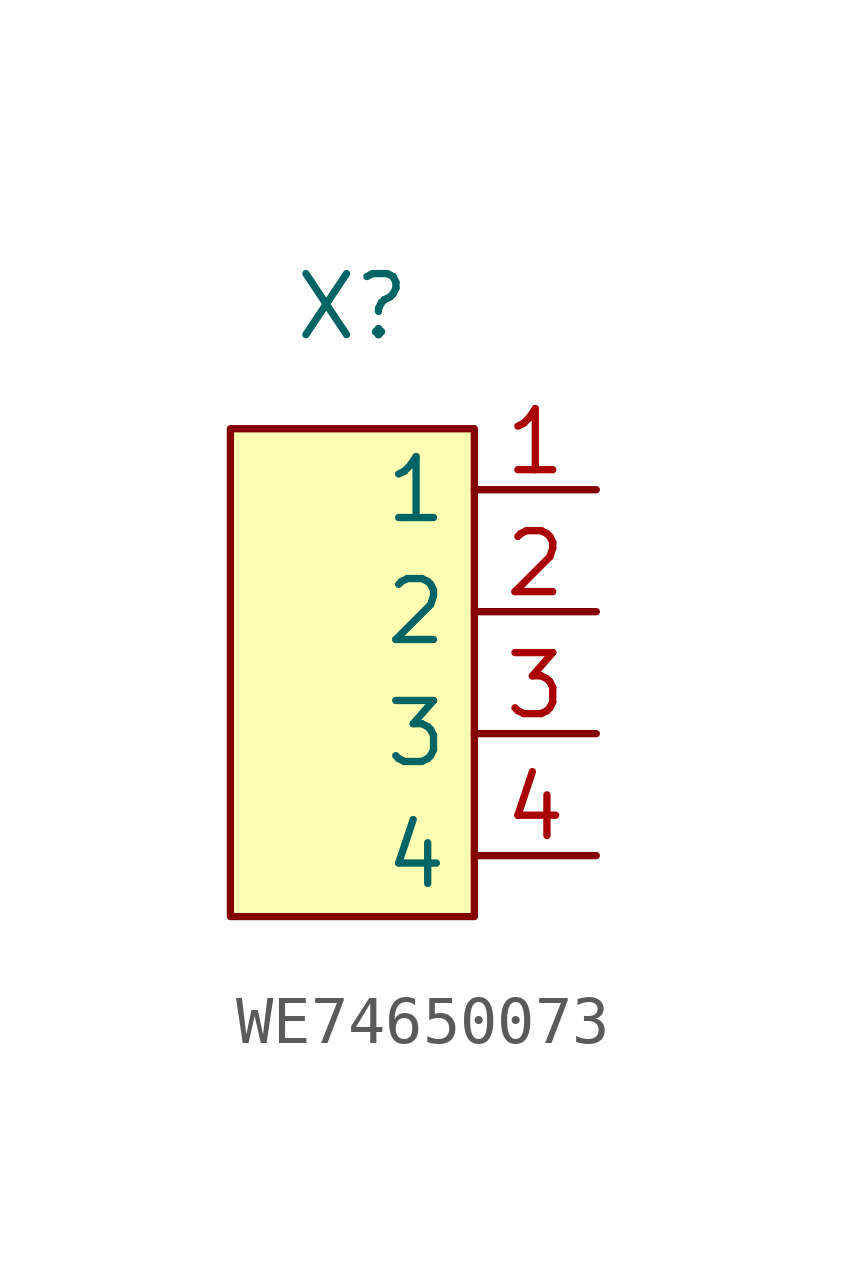
<source format=kicad_sym>
(kicad_symbol_lib
  (version 20241209)
  (generator "kicad_symbol_editor")
  (generator_version "9.0")
  (symbol "WE74650073"
    (property "Reference" "X"
      (at 0 0 0)
      (effects (font (size 1.27 1.27))))
    (property "Value" ""
      (at 0 0 0)
      (effects (font (size 1.27 1.27))))
    (symbol "WE74650073_1_1"
      (text_box "" (at -2.54 -2.54 0) (size 5.08 -10.16) (margins 1.016 1.016 1.016 1.016) (stroke (width 0) (type default)) (fill (type color) (color 255 255 0 0.3)) (effects (font (size 1.27 1.27)) (justify left top)))
      (pin input line (at 5.08 -3.81 180) (length 2.54) (name "1" (effects (font (size 1.27 1.27)))) (number "1" (effects (font (size 1.27 1.27)))))
      (pin input line (at 5.08 -6.35 180) (length 2.54) (name "2" (effects (font (size 1.27 1.27)))) (number "2" (effects (font (size 1.27 1.27)))))
      (pin input line (at 5.08 -8.89 180) (length 2.54) (name "3" (effects (font (size 1.27 1.27)))) (number "3" (effects (font (size 1.27 1.27)))))
      (pin input line (at 5.08 -11.43 180) (length 2.54) (name "4" (effects (font (size 1.27 1.27)))) (number "4" (effects (font (size 1.27 1.27))))))))
</source>
